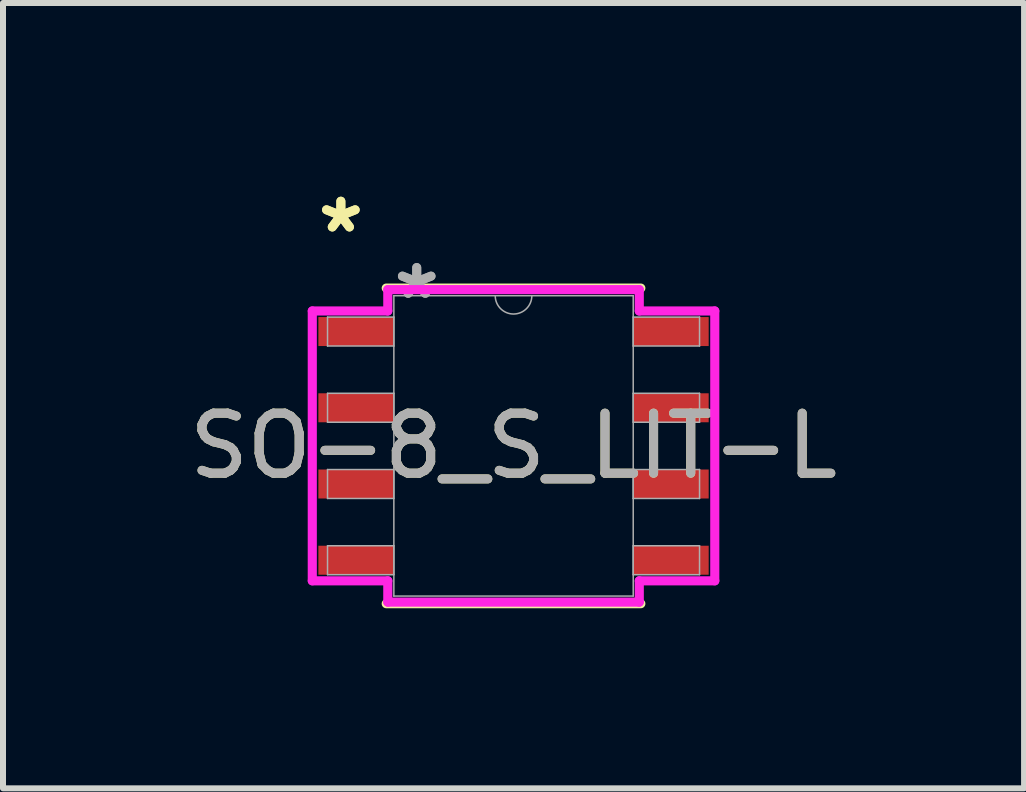
<source format=kicad_pcb>
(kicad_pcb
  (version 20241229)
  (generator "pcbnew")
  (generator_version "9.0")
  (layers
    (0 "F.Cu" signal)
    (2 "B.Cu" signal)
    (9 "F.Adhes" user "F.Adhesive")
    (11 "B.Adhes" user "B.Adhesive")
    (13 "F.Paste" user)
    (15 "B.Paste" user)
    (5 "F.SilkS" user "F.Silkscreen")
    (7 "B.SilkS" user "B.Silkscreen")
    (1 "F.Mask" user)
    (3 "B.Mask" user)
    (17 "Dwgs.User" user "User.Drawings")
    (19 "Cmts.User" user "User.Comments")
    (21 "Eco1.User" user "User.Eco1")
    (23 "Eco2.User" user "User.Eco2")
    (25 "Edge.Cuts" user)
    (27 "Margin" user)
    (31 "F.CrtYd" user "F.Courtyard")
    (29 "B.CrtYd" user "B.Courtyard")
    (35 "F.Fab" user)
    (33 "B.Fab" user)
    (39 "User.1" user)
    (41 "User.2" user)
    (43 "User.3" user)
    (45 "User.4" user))
  (footprint "SO-8_S_LIT-L"
    (layer "F.Cu")
    (at 5.506 4.379)
    (property "Reference" "SO-8_S_LIT-L" (at 0 0 0) (unlocked yes) (layer "F.SilkS") (effects (font (size 1 1) (thickness 0.15))))
    (attr smd)
    (fp_line (start -2.121 2.629) (end 2.121 2.629) (stroke (width 0.152) (type solid)) (layer "F.SilkS"))
    (fp_line (start 2.121 -2.629) (end -2.121 -2.629) (stroke (width 0.152) (type solid)) (layer "F.SilkS"))
    (fp_line (start -3.353 -2.248) (end -2.095 -2.248) (stroke (width 0.152) (type solid)) (layer "F.CrtYd"))
    (fp_line (start -3.353 2.248) (end -3.353 -2.248) (stroke (width 0.152) (type solid)) (layer "F.CrtYd"))
    (fp_line (start -3.353 2.248) (end -2.095 2.248) (stroke (width 0.152) (type solid)) (layer "F.CrtYd"))
    (fp_line (start -2.095 -2.603) (end 2.095 -2.603) (stroke (width 0.152) (type solid)) (layer "F.CrtYd"))
    (fp_line (start -2.095 -2.248) (end -2.095 -2.603) (stroke (width 0.152) (type solid)) (layer "F.CrtYd"))
    (fp_line (start -2.095 2.603) (end -2.095 2.248) (stroke (width 0.152) (type solid)) (layer "F.CrtYd"))
    (fp_line (start 2.095 -2.603) (end 2.095 -2.248) (stroke (width 0.152) (type solid)) (layer "F.CrtYd"))
    (fp_line (start 2.095 2.248) (end 2.095 2.603) (stroke (width 0.152) (type solid)) (layer "F.CrtYd"))
    (fp_line (start 2.095 2.603) (end -2.095 2.603) (stroke (width 0.152) (type solid)) (layer "F.CrtYd"))
    (fp_line (start 3.353 -2.248) (end 2.095 -2.248) (stroke (width 0.152) (type solid)) (layer "F.CrtYd"))
    (fp_line (start 3.353 -2.248) (end 3.353 2.248) (stroke (width 0.152) (type solid)) (layer "F.CrtYd"))
    (fp_line (start 3.353 2.248) (end 2.095 2.248) (stroke (width 0.152) (type solid)) (layer "F.CrtYd"))
    (fp_line (start -3.099 -2.146) (end -3.099 -1.664) (stroke (width 0.025) (type solid)) (layer "F.Fab"))
    (fp_line (start -3.099 -1.664) (end -1.994 -1.664) (stroke (width 0.025) (type solid)) (layer "F.Fab"))
    (fp_line (start -3.099 -0.876) (end -3.099 -0.394) (stroke (width 0.025) (type solid)) (layer "F.Fab"))
    (fp_line (start -3.099 -0.394) (end -1.994 -0.394) (stroke (width 0.025) (type solid)) (layer "F.Fab"))
    (fp_line (start -3.099 0.394) (end -3.099 0.876) (stroke (width 0.025) (type solid)) (layer "F.Fab"))
    (fp_line (start -3.099 0.876) (end -1.994 0.876) (stroke (width 0.025) (type solid)) (layer "F.Fab"))
    (fp_line (start -3.099 1.664) (end -3.099 2.146) (stroke (width 0.025) (type solid)) (layer "F.Fab"))
    (fp_line (start -3.099 2.146) (end -1.994 2.146) (stroke (width 0.025) (type solid)) (layer "F.Fab"))
    (fp_line (start -1.994 -2.502) (end -1.994 2.502) (stroke (width 0.025) (type solid)) (layer "F.Fab"))
    (fp_line (start -1.994 -2.146) (end -3.099 -2.146) (stroke (width 0.025) (type solid)) (layer "F.Fab"))
    (fp_line (start -1.994 -1.664) (end -1.994 -2.146) (stroke (width 0.025) (type solid)) (layer "F.Fab"))
    (fp_line (start -1.994 -0.876) (end -3.099 -0.876) (stroke (width 0.025) (type solid)) (layer "F.Fab"))
    (fp_line (start -1.994 -0.394) (end -1.994 -0.876) (stroke (width 0.025) (type solid)) (layer "F.Fab"))
    (fp_line (start -1.994 0.394) (end -3.099 0.394) (stroke (width 0.025) (type solid)) (layer "F.Fab"))
    (fp_line (start -1.994 0.876) (end -1.994 0.394) (stroke (width 0.025) (type solid)) (layer "F.Fab"))
    (fp_line (start -1.994 1.664) (end -3.099 1.664) (stroke (width 0.025) (type solid)) (layer "F.Fab"))
    (fp_line (start -1.994 2.146) (end -1.994 1.664) (stroke (width 0.025) (type solid)) (layer "F.Fab"))
    (fp_line (start -1.994 2.502) (end 1.994 2.502) (stroke (width 0.025) (type solid)) (layer "F.Fab"))
    (fp_line (start 1.994 -2.502) (end -1.994 -2.502) (stroke (width 0.025) (type solid)) (layer "F.Fab"))
    (fp_line (start 1.994 -2.146) (end 1.994 -1.664) (stroke (width 0.025) (type solid)) (layer "F.Fab"))
    (fp_line (start 1.994 -1.664) (end 3.099 -1.664) (stroke (width 0.025) (type solid)) (layer "F.Fab"))
    (fp_line (start 1.994 -0.876) (end 1.994 -0.394) (stroke (width 0.025) (type solid)) (layer "F.Fab"))
    (fp_line (start 1.994 -0.394) (end 3.099 -0.394) (stroke (width 0.025) (type solid)) (layer "F.Fab"))
    (fp_line (start 1.994 0.394) (end 1.994 0.876) (stroke (width 0.025) (type solid)) (layer "F.Fab"))
    (fp_line (start 1.994 0.876) (end 3.099 0.876) (stroke (width 0.025) (type solid)) (layer "F.Fab"))
    (fp_line (start 1.994 1.664) (end 1.994 2.146) (stroke (width 0.025) (type solid)) (layer "F.Fab"))
    (fp_line (start 1.994 2.146) (end 3.099 2.146) (stroke (width 0.025) (type solid)) (layer "F.Fab"))
    (fp_line (start 1.994 2.502) (end 1.994 -2.502) (stroke (width 0.025) (type solid)) (layer "F.Fab"))
    (fp_line (start 3.099 -2.146) (end 1.994 -2.146) (stroke (width 0.025) (type solid)) (layer "F.Fab"))
    (fp_line (start 3.099 -1.664) (end 3.099 -2.146) (stroke (width 0.025) (type solid)) (layer "F.Fab"))
    (fp_line (start 3.099 -0.876) (end 1.994 -0.876) (stroke (width 0.025) (type solid)) (layer "F.Fab"))
    (fp_line (start 3.099 -0.394) (end 3.099 -0.876) (stroke (width 0.025) (type solid)) (layer "F.Fab"))
    (fp_line (start 3.099 0.394) (end 1.994 0.394) (stroke (width 0.025) (type solid)) (layer "F.Fab"))
    (fp_line (start 3.099 0.876) (end 3.099 0.394) (stroke (width 0.025) (type solid)) (layer "F.Fab"))
    (fp_line (start 3.099 1.664) (end 1.994 1.664) (stroke (width 0.025) (type solid)) (layer "F.Fab"))
    (fp_line (start 3.099 2.146) (end 3.099 1.664) (stroke (width 0.025) (type solid)) (layer "F.Fab"))
    (fp_arc (start 0.3048 -2.5019) (mid 0 -2.1971) (end -0.3048 -2.5019) (stroke (width 0.0254) (type solid)) (layer "F.Fab"))
    (fp_text user "*" (at -2.877 -3.531 0) (unlocked yes) (layer "F.SilkS") (effects (font (size 1 1) (thickness 0.15))))
    (fp_text user "*" (at -2.877 -3.531 0) (layer "F.SilkS") (effects (font (size 1 1) (thickness 0.15))))
    (fp_text user "*" (at -1.613 -2.426 0) (layer "F.Fab") (effects (font (size 1 1) (thickness 0.15))))
    (fp_text user "${REFERENCE}" (at 0 0 0) (unlocked yes) (layer "F.Fab") (effects (font (size 1 1) (thickness 0.15))))
    (fp_text user "*" (at -1.613 -2.426 0) (unlocked yes) (layer "F.Fab") (effects (font (size 1 1) (thickness 0.15))))
    (pad "1" smd rect (at -2.623 -1.905) (size 1.257 0.483) (layers "F.Cu" "F.Mask" "F.Paste"))
    (pad "2" smd rect (at -2.623 -0.635) (size 1.257 0.483) (layers "F.Cu" "F.Mask" "F.Paste"))
    (pad "3" smd rect (at -2.623 0.635) (size 1.257 0.483) (layers "F.Cu" "F.Mask" "F.Paste"))
    (pad "4" smd rect (at -2.623 1.905) (size 1.257 0.483) (layers "F.Cu" "F.Mask" "F.Paste"))
    (pad "5" smd rect (at 2.623 1.905) (size 1.257 0.483) (layers "F.Cu" "F.Mask" "F.Paste"))
    (pad "6" smd rect (at 2.623 0.635) (size 1.257 0.483) (layers "F.Cu" "F.Mask" "F.Paste"))
    (pad "7" smd rect (at 2.623 -0.635) (size 1.257 0.483) (layers "F.Cu" "F.Mask" "F.Paste"))
    (pad "8" smd rect (at 2.623 -1.905) (size 1.257 0.483) (layers "F.Cu" "F.Mask" "F.Paste")))
  (gr_rect
    (start -3 -3)
    (end 14.012 10.084)
    (stroke (width 0.1) (type default))
    (fill no)
    (layer "Edge.Cuts")))
</source>
